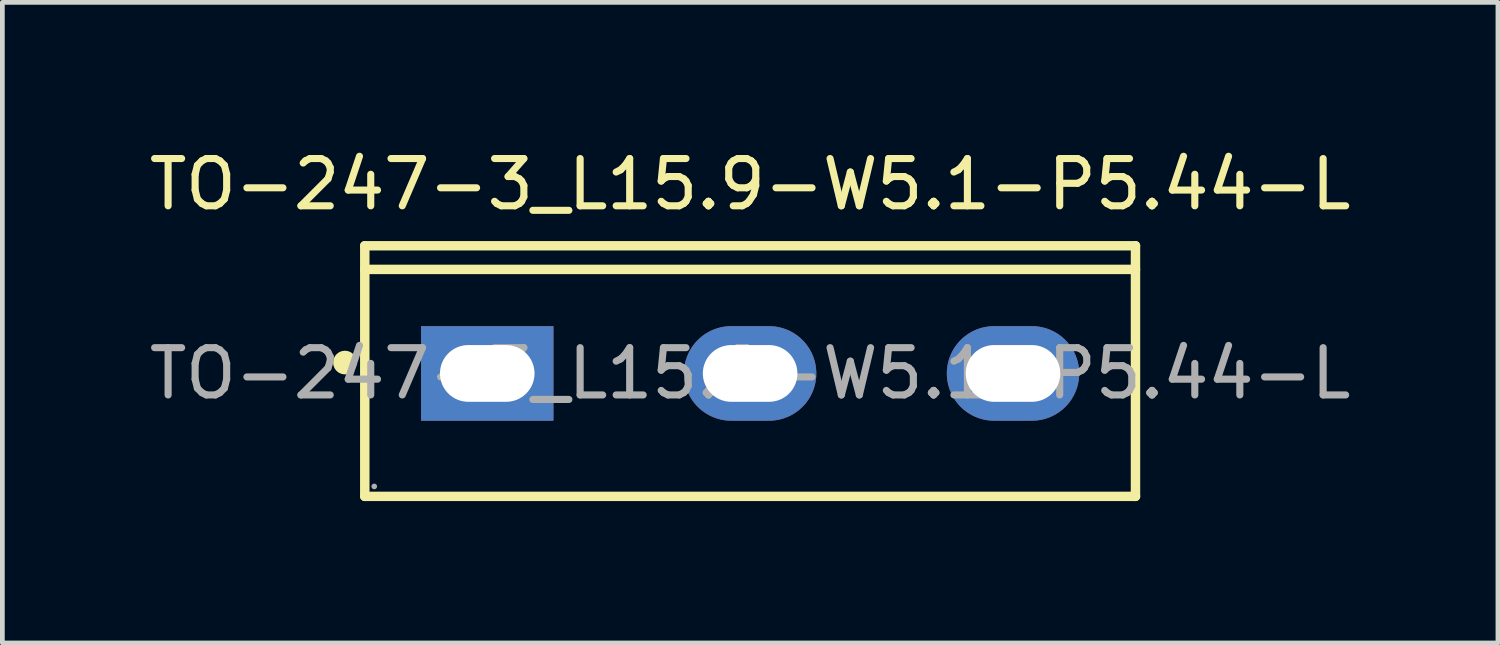
<source format=kicad_pcb>
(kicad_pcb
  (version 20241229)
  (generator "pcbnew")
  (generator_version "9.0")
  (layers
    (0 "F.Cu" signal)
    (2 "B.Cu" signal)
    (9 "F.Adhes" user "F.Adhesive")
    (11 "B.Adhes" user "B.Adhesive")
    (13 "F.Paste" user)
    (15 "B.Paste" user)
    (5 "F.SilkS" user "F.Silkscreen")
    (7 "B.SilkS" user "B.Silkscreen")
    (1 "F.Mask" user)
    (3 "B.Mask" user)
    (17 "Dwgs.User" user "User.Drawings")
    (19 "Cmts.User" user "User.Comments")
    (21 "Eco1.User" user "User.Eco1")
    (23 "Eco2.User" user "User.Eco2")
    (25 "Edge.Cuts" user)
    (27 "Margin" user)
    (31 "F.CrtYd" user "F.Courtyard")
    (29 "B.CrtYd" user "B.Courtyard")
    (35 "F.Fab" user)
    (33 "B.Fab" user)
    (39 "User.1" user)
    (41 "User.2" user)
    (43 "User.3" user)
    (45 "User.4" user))
  (footprint "TO-247-3_L15.9-W5.1-P5.44-L"
    (layer "F.Cu")
    (at 12.815 4.848)
    (property "Reference" "TO-247-3_L15.9-W5.1-P5.44-L" (at 0 -4 180) (layer "F.SilkS") (effects (font (size 1 1) (thickness 0.15))))
    (attr smd)
    (fp_line (start -8.15 -2.7) (end -8.15 2.6) (stroke (width 0.2) (type solid)) (layer "F.SilkS"))
    (fp_line (start 8.15 -2.7) (end -8.15 -2.7) (stroke (width 0.2) (type solid)) (layer "F.SilkS"))
    (fp_line (start 8.15 -2.2) (end -8.15 -2.2) (stroke (width 0.2) (type solid)) (layer "F.SilkS"))
    (fp_line (start 8.15 2.6) (end -8.15 2.6) (stroke (width 0.2) (type solid)) (layer "F.SilkS"))
    (fp_line (start 8.15 2.6) (end 8.15 -2.7) (stroke (width 0.2) (type solid)) (layer "F.SilkS"))
    (fp_arc (start -8.57 -0.23) (mid -8.57 -0.23) (end -8.57 -0.23) (stroke (width 0.25) (type solid)) (layer "F.SilkS"))
    (fp_circle (center -7.95 2.39) (end -7.92 2.39) (stroke (width 0.06) (type solid)) (fill no) (layer "F.Fab"))
    (fp_text user "${REFERENCE}" (at 0 0 180) (layer "F.Fab") (effects (font (size 1 1) (thickness 0.15))))
    (pad "1" thru_hole rect (at -5.56 0 90) (size 2 2.8) (drill oval 1.2 2) (layers "*.Cu" "*.Mask"))
    (pad "2" thru_hole oval (at 0 0 90) (size 2 2.8) (drill oval 1.2 2) (layers "*.Cu" "*.Mask"))
    (pad "3" thru_hole oval (at 5.56 0 90) (size 2 2.8) (drill oval 1.2 2) (layers "*.Cu" "*.Mask")))
  (gr_rect
    (start -3 -3)
    (end 28.631 10.548)
    (stroke (width 0.1) (type default))
    (fill no)
    (layer "Edge.Cuts")))
</source>
